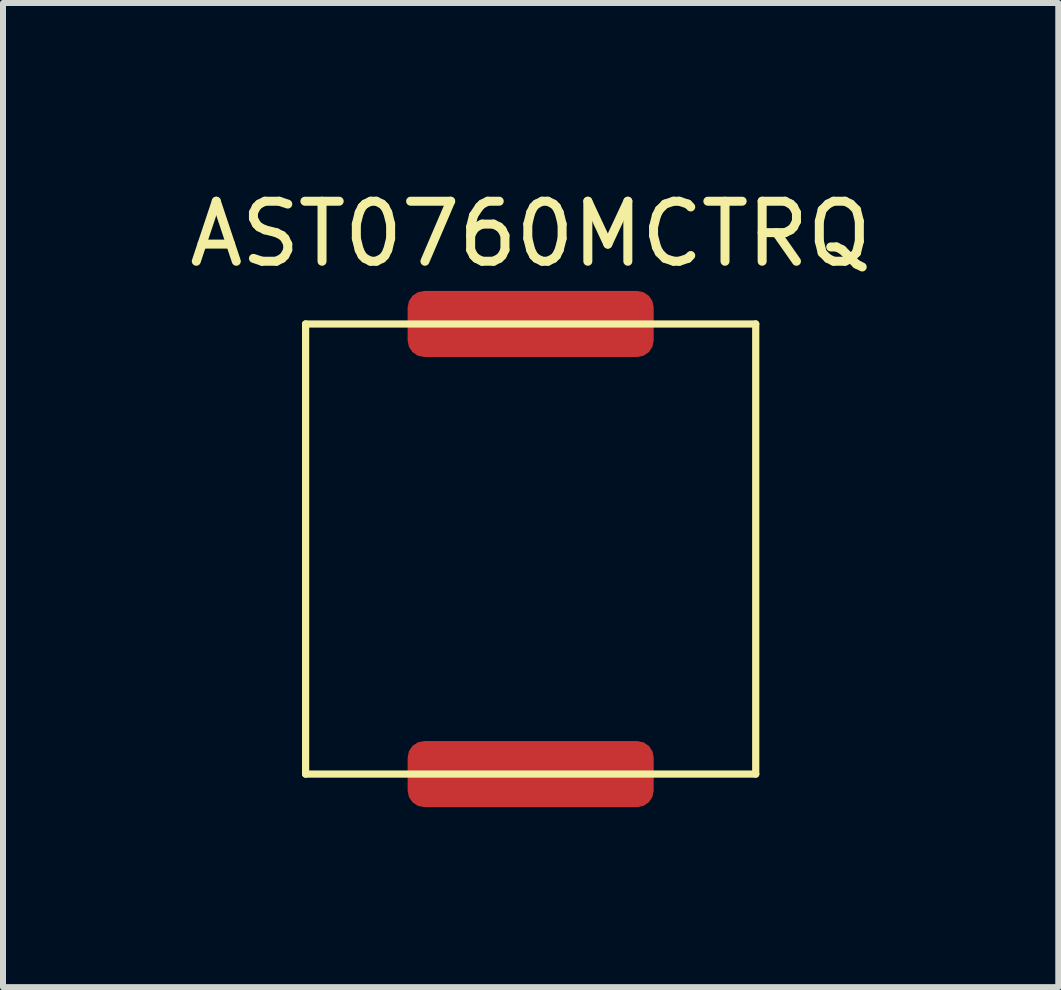
<source format=kicad_pcb>
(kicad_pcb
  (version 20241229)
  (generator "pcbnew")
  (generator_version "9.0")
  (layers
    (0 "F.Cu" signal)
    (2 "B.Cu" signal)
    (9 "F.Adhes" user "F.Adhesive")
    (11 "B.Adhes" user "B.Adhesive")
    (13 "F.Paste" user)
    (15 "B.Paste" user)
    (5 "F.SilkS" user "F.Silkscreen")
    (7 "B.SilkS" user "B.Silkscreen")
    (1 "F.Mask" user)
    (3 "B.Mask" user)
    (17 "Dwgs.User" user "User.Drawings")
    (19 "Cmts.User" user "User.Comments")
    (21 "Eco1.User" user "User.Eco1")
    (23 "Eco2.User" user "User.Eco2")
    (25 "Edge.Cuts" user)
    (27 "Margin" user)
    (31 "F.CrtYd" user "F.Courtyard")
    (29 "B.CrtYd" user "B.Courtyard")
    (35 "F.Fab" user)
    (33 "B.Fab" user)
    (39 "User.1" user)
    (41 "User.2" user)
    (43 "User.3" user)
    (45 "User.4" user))
  (footprint "AST0760MCTRQ"
    (layer "F.Cu")
    (at 5.792 6.098)
    (property "Reference" "AST0760MCTRQ" (at 0 -5.25 0) (layer "F.SilkS") (effects (font (size 1 1) (thickness 0.15))))
    (attr through_hole)
    (fp_line (start -3.75 -3.75) (end 3.75 -3.75) (stroke (width 0.12) (type solid)) (layer "F.SilkS"))
    (fp_line (start -3.75 3.75) (end -3.75 -3.75) (stroke (width 0.12) (type solid)) (layer "F.SilkS"))
    (fp_line (start 3.75 -3.75) (end 3.75 3.75) (stroke (width 0.12) (type solid)) (layer "F.SilkS"))
    (fp_line (start 3.75 3.75) (end -3.75 3.75) (stroke (width 0.12) (type solid)) (layer "F.SilkS"))
    (pad "1" smd roundrect (at 0 -3.75) (size 4.1 1.1) (layers "F.Cu" "F.Mask" "F.Paste") (roundrect_rratio 0.25))
    (pad "2" smd roundrect (at 0 3.75) (size 4.1 1.1) (layers "F.Cu" "F.Mask" "F.Paste") (roundrect_rratio 0.25)))
  (gr_rect
    (start -3 -3)
    (end 14.583 13.398)
    (stroke (width 0.1) (type default))
    (fill no)
    (layer "Edge.Cuts")))
</source>
